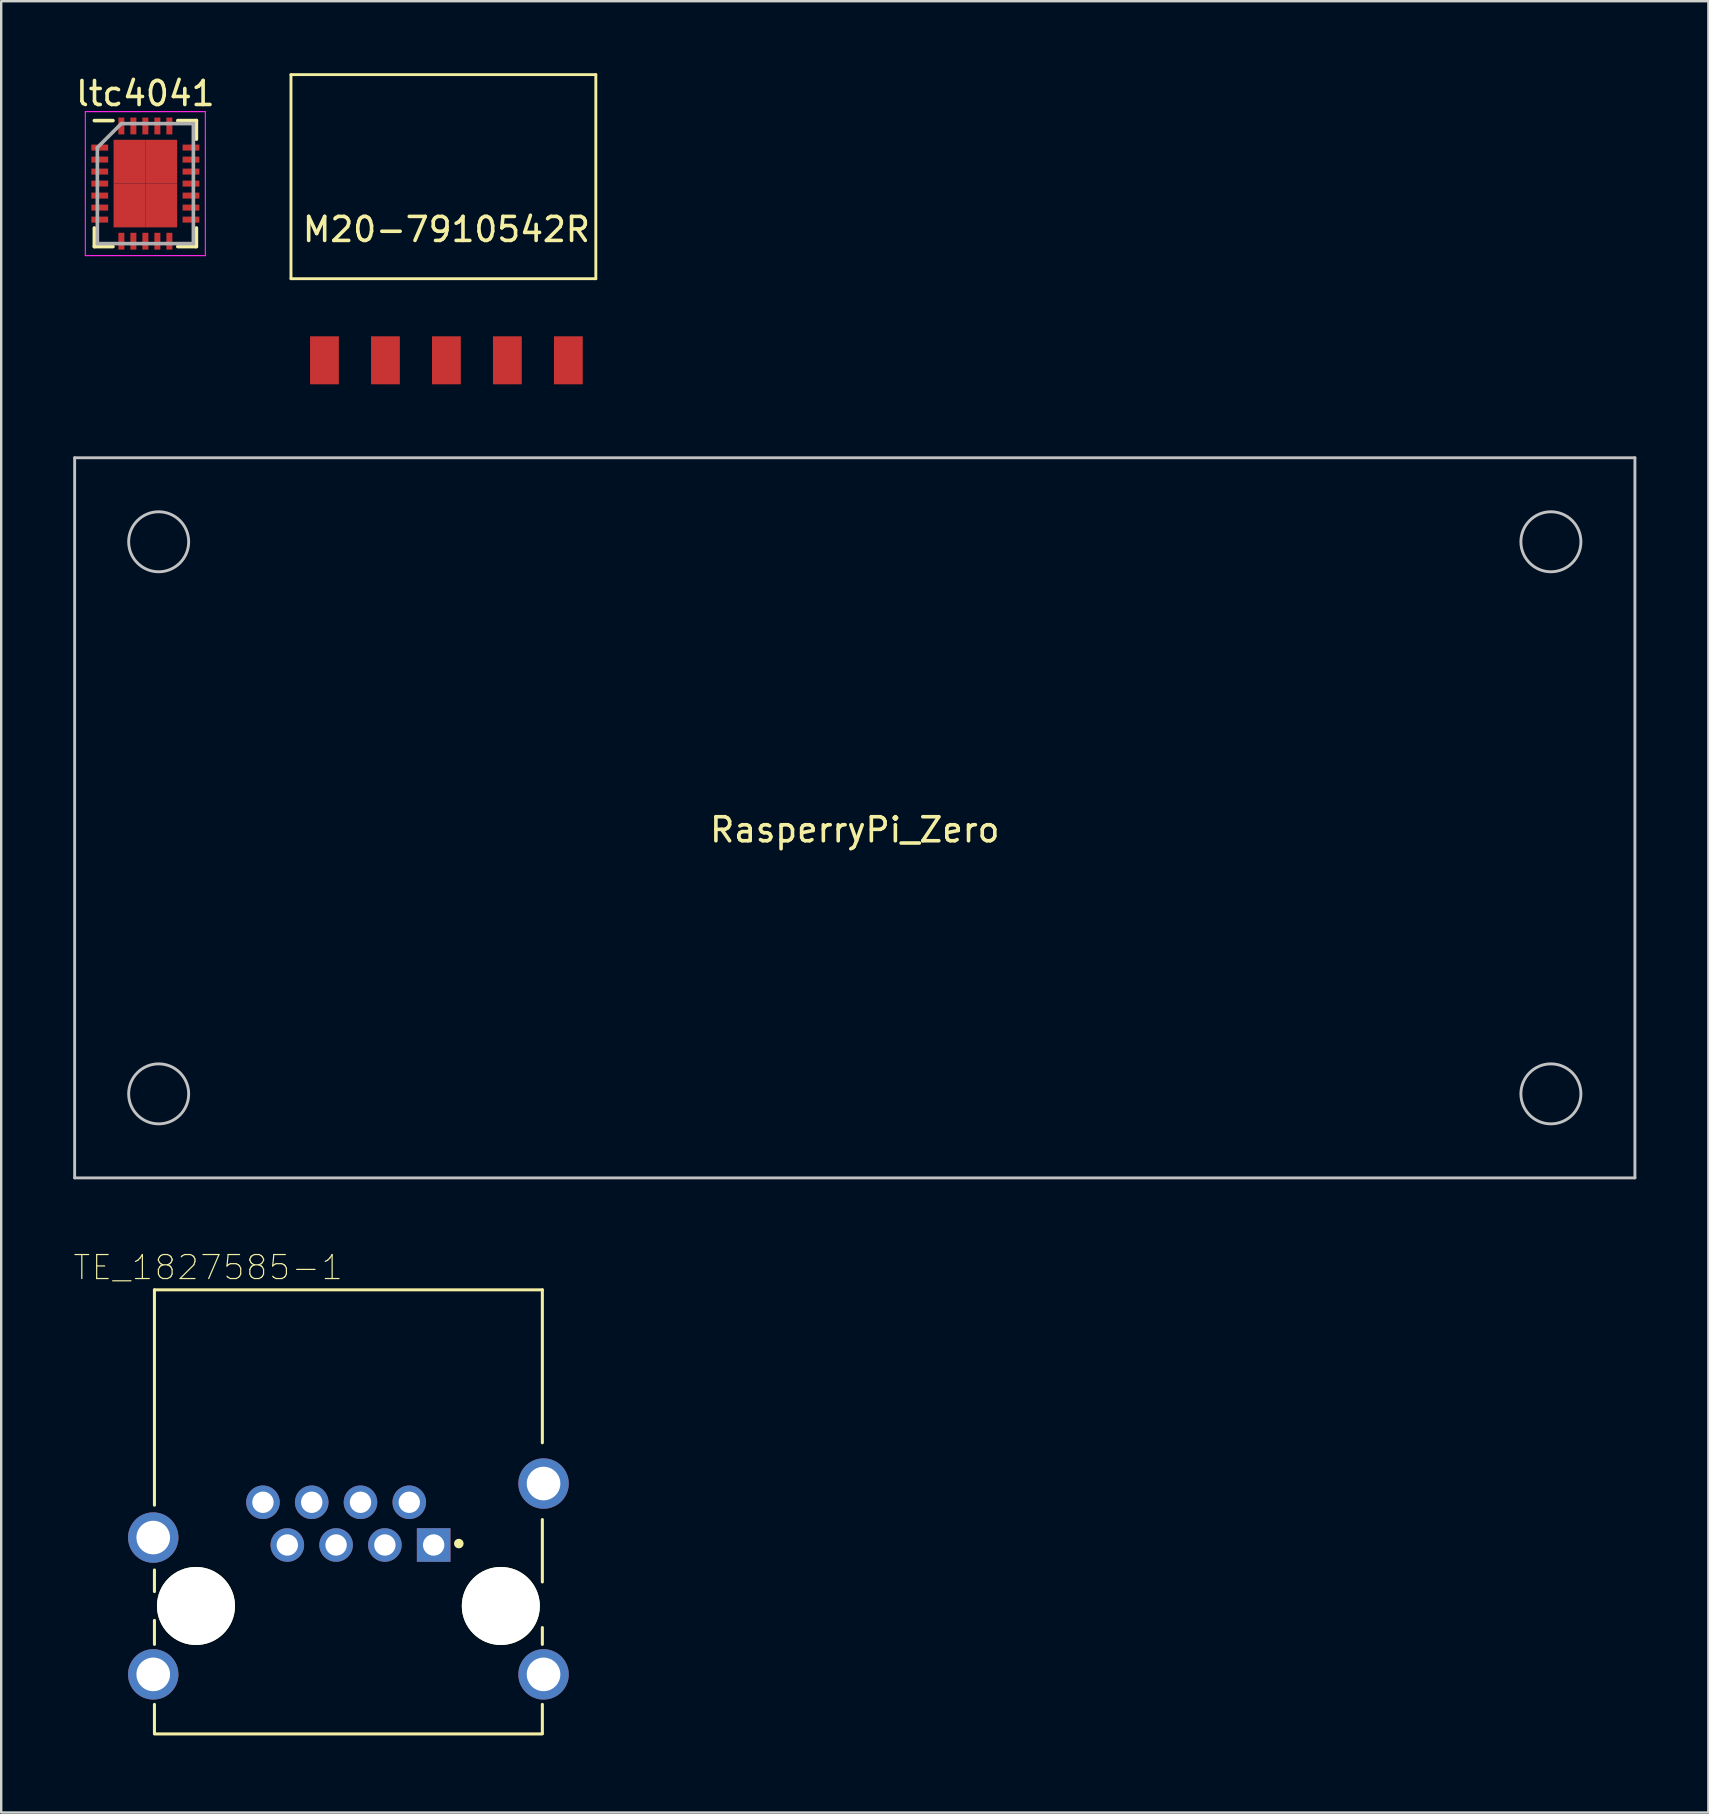
<source format=kicad_pcb>
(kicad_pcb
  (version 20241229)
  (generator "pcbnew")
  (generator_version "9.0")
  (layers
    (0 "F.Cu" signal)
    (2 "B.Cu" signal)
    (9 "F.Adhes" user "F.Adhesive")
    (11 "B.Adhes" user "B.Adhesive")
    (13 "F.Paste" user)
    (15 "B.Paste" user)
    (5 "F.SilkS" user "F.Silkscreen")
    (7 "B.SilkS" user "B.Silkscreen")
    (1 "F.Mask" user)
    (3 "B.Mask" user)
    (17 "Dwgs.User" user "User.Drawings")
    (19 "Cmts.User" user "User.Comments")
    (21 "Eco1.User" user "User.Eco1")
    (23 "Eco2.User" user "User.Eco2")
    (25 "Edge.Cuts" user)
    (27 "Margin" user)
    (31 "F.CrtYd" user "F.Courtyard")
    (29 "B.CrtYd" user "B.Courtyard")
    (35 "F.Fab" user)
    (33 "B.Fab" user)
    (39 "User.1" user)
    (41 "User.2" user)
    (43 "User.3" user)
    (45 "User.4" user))
  (footprint "ltc4041"
    (layer "F.Cu")
    (at 3.006 4.598)
    (property "Reference" "ltc4041" (at 0 -3.75 0) (layer "F.SilkS") (effects (font (size 1 1) (thickness 0.15))))
    (attr smd)
    (fp_line (start -2.125 -2.625) (end -1.35 -2.625) (stroke (width 0.15) (type solid)) (layer "F.SilkS"))
    (fp_line (start -2.125 2.625) (end -2.125 1.85) (stroke (width 0.15) (type solid)) (layer "F.SilkS"))
    (fp_line (start -2.125 2.625) (end -1.35 2.625) (stroke (width 0.15) (type solid)) (layer "F.SilkS"))
    (fp_line (start 2.125 -2.625) (end 1.35 -2.625) (stroke (width 0.15) (type solid)) (layer "F.SilkS"))
    (fp_line (start 2.125 -2.625) (end 2.125 -1.85) (stroke (width 0.15) (type solid)) (layer "F.SilkS"))
    (fp_line (start 2.125 2.625) (end 1.35 2.625) (stroke (width 0.15) (type solid)) (layer "F.SilkS"))
    (fp_line (start 2.125 2.625) (end 2.125 1.85) (stroke (width 0.15) (type solid)) (layer "F.SilkS"))
    (fp_line (start -2.5 -3) (end -2.5 3) (stroke (width 0.05) (type solid)) (layer "F.CrtYd"))
    (fp_line (start -2.5 -3) (end 2.5 -3) (stroke (width 0.05) (type solid)) (layer "F.CrtYd"))
    (fp_line (start -2.5 3) (end 2.5 3) (stroke (width 0.05) (type solid)) (layer "F.CrtYd"))
    (fp_line (start 2.5 -3) (end 2.5 3) (stroke (width 0.05) (type solid)) (layer "F.CrtYd"))
    (fp_line (start -2 -1.5) (end -1 -2.5) (stroke (width 0.15) (type solid)) (layer "F.Fab"))
    (fp_line (start -2 2.5) (end -2 -1.5) (stroke (width 0.15) (type solid)) (layer "F.Fab"))
    (fp_line (start -1 -2.5) (end 2 -2.5) (stroke (width 0.15) (type solid)) (layer "F.Fab"))
    (fp_line (start 2 -2.5) (end 2 2.5) (stroke (width 0.15) (type solid)) (layer "F.Fab"))
    (fp_line (start 2 2.5) (end -2 2.5) (stroke (width 0.15) (type solid)) (layer "F.Fab"))
    (pad "1" smd rect (at -1.9 -1.5) (size 0.7 0.25) (layers "F.Cu" "F.Mask" "F.Paste"))
    (pad "2" smd rect (at -1.9 -1) (size 0.7 0.25) (layers "F.Cu" "F.Mask" "F.Paste"))
    (pad "3" smd rect (at -1.9 -0.5) (size 0.7 0.25) (layers "F.Cu" "F.Mask" "F.Paste"))
    (pad "4" smd rect (at -1.9 0) (size 0.7 0.25) (layers "F.Cu" "F.Mask" "F.Paste"))
    (pad "5" smd rect (at -1.9 0.5) (size 0.7 0.25) (layers "F.Cu" "F.Mask" "F.Paste"))
    (pad "6" smd rect (at -1.9 1) (size 0.7 0.25) (layers "F.Cu" "F.Mask" "F.Paste"))
    (pad "7" smd rect (at -1.9 1.5) (size 0.7 0.25) (layers "F.Cu" "F.Mask" "F.Paste"))
    (pad "8" smd rect (at -1 2.4 90) (size 0.7 0.25) (layers "F.Cu" "F.Mask" "F.Paste"))
    (pad "9" smd rect (at -0.5 2.4 90) (size 0.7 0.25) (layers "F.Cu" "F.Mask" "F.Paste"))
    (pad "10" smd rect (at 0 2.4 90) (size 0.7 0.25) (layers "F.Cu" "F.Mask" "F.Paste"))
    (pad "11" smd rect (at 0.5 2.4 90) (size 0.7 0.25) (layers "F.Cu" "F.Mask" "F.Paste"))
    (pad "12" smd rect (at 1 2.4 90) (size 0.7 0.25) (layers "F.Cu" "F.Mask" "F.Paste"))
    (pad "13" smd rect (at 1.9 1.5) (size 0.7 0.25) (layers "F.Cu" "F.Mask" "F.Paste"))
    (pad "14" smd rect (at 1.9 1) (size 0.7 0.25) (layers "F.Cu" "F.Mask" "F.Paste"))
    (pad "15" smd rect (at 1.9 0.5) (size 0.7 0.25) (layers "F.Cu" "F.Mask" "F.Paste"))
    (pad "16" smd rect (at 1.9 0) (size 0.7 0.25) (layers "F.Cu" "F.Mask" "F.Paste"))
    (pad "17" smd rect (at 1.9 -0.5) (size 0.7 0.25) (layers "F.Cu" "F.Mask" "F.Paste"))
    (pad "18" smd rect (at 1.9 -1) (size 0.7 0.25) (layers "F.Cu" "F.Mask" "F.Paste"))
    (pad "19" smd rect (at 1.9 -1.5) (size 0.7 0.25) (layers "F.Cu" "F.Mask" "F.Paste"))
    (pad "20" smd rect (at 1 -2.4 90) (size 0.7 0.25) (layers "F.Cu" "F.Mask" "F.Paste"))
    (pad "21" smd rect (at 0.5 -2.4 90) (size 0.7 0.25) (layers "F.Cu" "F.Mask" "F.Paste"))
    (pad "22" smd rect (at 0 -2.4 90) (size 0.7 0.25) (layers "F.Cu" "F.Mask" "F.Paste"))
    (pad "23" smd rect (at -0.5 -2.4 90) (size 0.7 0.25) (layers "F.Cu" "F.Mask" "F.Paste"))
    (pad "24" smd rect (at -1 -2.4 90) (size 0.7 0.25) (layers "F.Cu" "F.Mask" "F.Paste"))
    (pad "25" smd rect (at -0.662 -0.912) (size 1.325 1.825) (layers "F.Cu" "F.Mask" "F.Paste"))
    (pad "25" smd rect (at -0.662 0.912) (size 1.325 1.825) (layers "F.Cu" "F.Mask" "F.Paste"))
    (pad "25" smd rect (at 0.662 -0.912) (size 1.325 1.825) (layers "F.Cu" "F.Mask" "F.Paste"))
    (pad "25" smd rect (at 0.662 0.912) (size 1.325 1.825) (layers "F.Cu" "F.Mask" "F.Paste")))
  (footprint "RasperryPi_Zero"
    (layer "F.Cu")
    (at 32.56 31.02)
    (property "Reference" "RasperryPi_Zero" (at 0 0.5 0) (layer "F.SilkS") (effects (font (size 1 1) (thickness 0.15))))
    (attr through_hole)
    (fp_line (start -32.5 -15) (end -32.5 15) (stroke (width 0.12) (type solid)) (layer "Dwgs.User"))
    (fp_line (start -32.5 15) (end 32.5 15) (stroke (width 0.12) (type solid)) (layer "Dwgs.User"))
    (fp_line (start 32.5 -15) (end -32.5 -15) (stroke (width 0.12) (type solid)) (layer "Dwgs.User"))
    (fp_line (start 32.5 15) (end 32.5 -15) (stroke (width 0.12) (type solid)) (layer "Dwgs.User"))
    (fp_circle (center -29 -11.5) (end -30.25 -11.5) (stroke (width 0.12) (type solid)) (fill no) (layer "Dwgs.User"))
    (fp_circle (center -29 11.5) (end -27.75 11.5) (stroke (width 0.12) (type solid)) (fill no) (layer "Dwgs.User"))
    (fp_circle (center 29 -11.5) (end 30.25 -11.5) (stroke (width 0.12) (type solid)) (fill no) (layer "Dwgs.User"))
    (fp_circle (center 29 11.5) (end 30.25 11.5) (stroke (width 0.12) (type solid)) (fill no) (layer "Dwgs.User")))
  (footprint "TE_1827585-1"
    (layer "F.Cu")
    (at 11.464 63.854)
    (property "Reference" "TE_1827585-1" (at -5.844 -14.101 0) (layer "F.SilkS") (effects (font (size 1 1) (thickness 0.05))))
    (attr through_hole)
    (fp_line (start -8.08 -13.17) (end -8.08 -4.2) (stroke (width 0.127) (type solid)) (layer "F.SilkS"))
    (fp_line (start -8.08 -1.5) (end -8.08 -0.6) (stroke (width 0.127) (type solid)) (layer "F.SilkS"))
    (fp_line (start -8.08 0.6) (end -8.08 1.6) (stroke (width 0.127) (type solid)) (layer "F.SilkS"))
    (fp_line (start -8.08 4.1) (end -8.08 5.3) (stroke (width 0.127) (type solid)) (layer "F.SilkS"))
    (fp_line (start -8.08 5.33) (end 8.08 5.33) (stroke (width 0.127) (type solid)) (layer "F.SilkS"))
    (fp_line (start 8.08 -13.17) (end -8.08 -13.17) (stroke (width 0.127) (type solid)) (layer "F.SilkS"))
    (fp_line (start 8.08 -13.17) (end 8.08 -6.8) (stroke (width 0.127) (type solid)) (layer "F.SilkS"))
    (fp_line (start 8.08 -3.6) (end 8.08 -1) (stroke (width 0.127) (type solid)) (layer "F.SilkS"))
    (fp_line (start 8.08 0.9) (end 8.08 1.6) (stroke (width 0.127) (type solid)) (layer "F.SilkS"))
    (fp_line (start 8.08 4.1) (end 8.08 5.3) (stroke (width 0.127) (type solid)) (layer "F.SilkS"))
    (fp_circle (center 4.6 -2.6) (end 4.7 -2.6) (stroke (width 0.2) (type solid)) (fill no) (layer "F.SilkS"))
    (fp_line (start -9.5 -4.25) (end -9.5 -1.5) (stroke (width 0.05) (type solid)) (layer "Eco1.User"))
    (fp_line (start -9.5 -1.5) (end -8.33 -1.5) (stroke (width 0.05) (type solid)) (layer "Eco1.User"))
    (fp_line (start -9.5 1.5) (end -9.5 4.25) (stroke (width 0.05) (type solid)) (layer "Eco1.User"))
    (fp_line (start -9.5 4.25) (end -8.33 4.25) (stroke (width 0.05) (type solid)) (layer "Eco1.User"))
    (fp_line (start -8.33 -13.42) (end -8.33 -4.25) (stroke (width 0.05) (type solid)) (layer "Eco1.User"))
    (fp_line (start -8.33 -4.25) (end -9.5 -4.25) (stroke (width 0.05) (type solid)) (layer "Eco1.User"))
    (fp_line (start -8.33 -1.5) (end -8.33 1.5) (stroke (width 0.05) (type solid)) (layer "Eco1.User"))
    (fp_line (start -8.33 1.5) (end -9.5 1.5) (stroke (width 0.05) (type solid)) (layer "Eco1.User"))
    (fp_line (start -8.33 4.25) (end -8.33 5.58) (stroke (width 0.05) (type solid)) (layer "Eco1.User"))
    (fp_line (start -8.33 5.58) (end 8.33 5.58) (stroke (width 0.05) (type solid)) (layer "Eco1.User"))
    (fp_line (start 8.33 -13.42) (end -8.33 -13.42) (stroke (width 0.05) (type solid)) (layer "Eco1.User"))
    (fp_line (start 8.33 -6.373) (end 8.33 -13.42) (stroke (width 0.05) (type solid)) (layer "Eco1.User"))
    (fp_line (start 8.33 -3.8) (end 9.5 -3.8) (stroke (width 0.05) (type solid)) (layer "Eco1.User"))
    (fp_line (start 8.33 1.5) (end 8.33 -3.8) (stroke (width 0.05) (type solid)) (layer "Eco1.User"))
    (fp_line (start 8.33 4.25) (end 9.5 4.25) (stroke (width 0.05) (type solid)) (layer "Eco1.User"))
    (fp_line (start 8.33 5.58) (end 8.33 4.25) (stroke (width 0.05) (type solid)) (layer "Eco1.User"))
    (fp_line (start 9.5 -6.373) (end 8.33 -6.373) (stroke (width 0.05) (type solid)) (layer "Eco1.User"))
    (fp_line (start 9.5 -3.8) (end 9.5 -6.373) (stroke (width 0.05) (type solid)) (layer "Eco1.User"))
    (fp_line (start 9.5 1.5) (end 8.33 1.5) (stroke (width 0.05) (type solid)) (layer "Eco1.User"))
    (fp_line (start 9.5 4.25) (end 9.5 1.5) (stroke (width 0.05) (type solid)) (layer "Eco1.User"))
    (fp_line (start -8.08 -13.17) (end -8.08 5.33) (stroke (width 0.127) (type solid)) (layer "Eco2.User"))
    (fp_line (start -8.08 5.33) (end 8.08 5.33) (stroke (width 0.127) (type solid)) (layer "Eco2.User"))
    (fp_line (start 8.08 -13.17) (end -8.08 -13.17) (stroke (width 0.127) (type solid)) (layer "Eco2.User"))
    (fp_line (start 8.08 5.33) (end 8.08 -13.17) (stroke (width 0.127) (type solid)) (layer "Eco2.User"))
    (fp_poly (pts (xy -7.805 -11.8) (xy -3.7 -11.8) (xy -3.7 -8.805) (xy -7.805 -8.805)) (stroke (width 0.1) (type solid)) (fill no) (layer "Eco2.User"))
    (fp_poly (pts (xy 3.704 -11.8) (xy 7.8 -11.8) (xy 7.8 -8.811) (xy 3.704 -8.811)) (stroke (width 0.1) (type solid)) (fill no) (layer "Eco2.User"))
    (pad "" np_thru_hole circle (at -6.35 0) (size 3.25 3.25) (drill 3.25) (layers "*.Cu" "*.Mask" "F.SilkS"))
    (pad "" np_thru_hole circle (at 6.35 0) (size 3.25 3.25) (drill 3.25) (layers "*.Cu" "*.Mask" "F.SilkS"))
    (pad "1" thru_hole rect (at 3.552 -2.54) (size 1.398 1.398) (drill 0.89) (layers "*.Cu" "*.Mask"))
    (pad "2" thru_hole circle (at 2.536 -4.32) (size 1.398 1.398) (drill 0.89) (layers "*.Cu" "*.Mask"))
    (pad "3" thru_hole circle (at 1.52 -2.54) (size 1.398 1.398) (drill 0.89) (layers "*.Cu" "*.Mask"))
    (pad "4" thru_hole circle (at 0.504 -4.32) (size 1.398 1.398) (drill 0.89) (layers "*.Cu" "*.Mask"))
    (pad "5" thru_hole circle (at -0.512 -2.54) (size 1.398 1.398) (drill 0.89) (layers "*.Cu" "*.Mask"))
    (pad "6" thru_hole circle (at -1.528 -4.32) (size 1.398 1.398) (drill 0.89) (layers "*.Cu" "*.Mask"))
    (pad "7" thru_hole circle (at -2.544 -2.54) (size 1.398 1.398) (drill 0.89) (layers "*.Cu" "*.Mask"))
    (pad "8" thru_hole circle (at -3.56 -4.32) (size 1.398 1.398) (drill 0.89) (layers "*.Cu" "*.Mask"))
    (pad "S1" thru_hole circle (at -8.13 2.85) (size 2.1 2.1) (drill 1.4) (layers "*.Cu" "*.Mask"))
    (pad "S2" thru_hole circle (at 8.13 2.85) (size 2.1 2.1) (drill 1.4) (layers "*.Cu" "*.Mask"))
    (pad "S3" thru_hole circle (at -8.13 -2.85) (size 2.1 2.1) (drill 1.4) (layers "*.Cu" "*.Mask"))
    (pad "S4" thru_hole circle (at 8.13 -5.1) (size 2.1 2.1) (drill 1.4) (layers "*.Cu" "*.Mask")))
  (footprint "M20-7910542R"
    (layer "F.Cu")
    (at 15.547 6.01)
    (property "Reference" "M20-7910542R" (at 0 0.5 0) (layer "F.SilkS") (effects (font (size 1 1) (thickness 0.15))))
    (attr through_hole)
    (fp_line (start -6.475 -5.95) (end 6.225 -5.95) (stroke (width 0.12) (type solid)) (layer "F.SilkS"))
    (fp_line (start -6.475 2.55) (end -6.475 -5.95) (stroke (width 0.12) (type solid)) (layer "F.SilkS"))
    (fp_line (start -6.475 2.55) (end 6.225 2.55) (stroke (width 0.12) (type solid)) (layer "F.SilkS"))
    (fp_line (start 6.225 2.55) (end 6.225 -5.95) (stroke (width 0.12) (type solid)) (layer "F.SilkS"))
    (pad "1" smd rect (at -5.08 5.95) (size 1.2 2) (layers "F.Cu" "F.Mask" "F.Paste"))
    (pad "2" smd rect (at -2.54 5.95) (size 1.2 2) (layers "F.Cu" "F.Mask" "F.Paste"))
    (pad "3" smd rect (at 0 5.95) (size 1.2 2) (layers "F.Cu" "F.Mask" "F.Paste"))
    (pad "4" smd rect (at 2.54 5.95) (size 1.2 2) (layers "F.Cu" "F.Mask" "F.Paste"))
    (pad "5" smd rect (at 5.08 5.95) (size 1.2 2) (layers "F.Cu" "F.Mask" "F.Paste")))
  (gr_rect
    (start -3 -3)
    (end 68.12 72.459)
    (stroke (width 0.1) (type default))
    (fill no)
    (layer "Edge.Cuts")))
</source>
